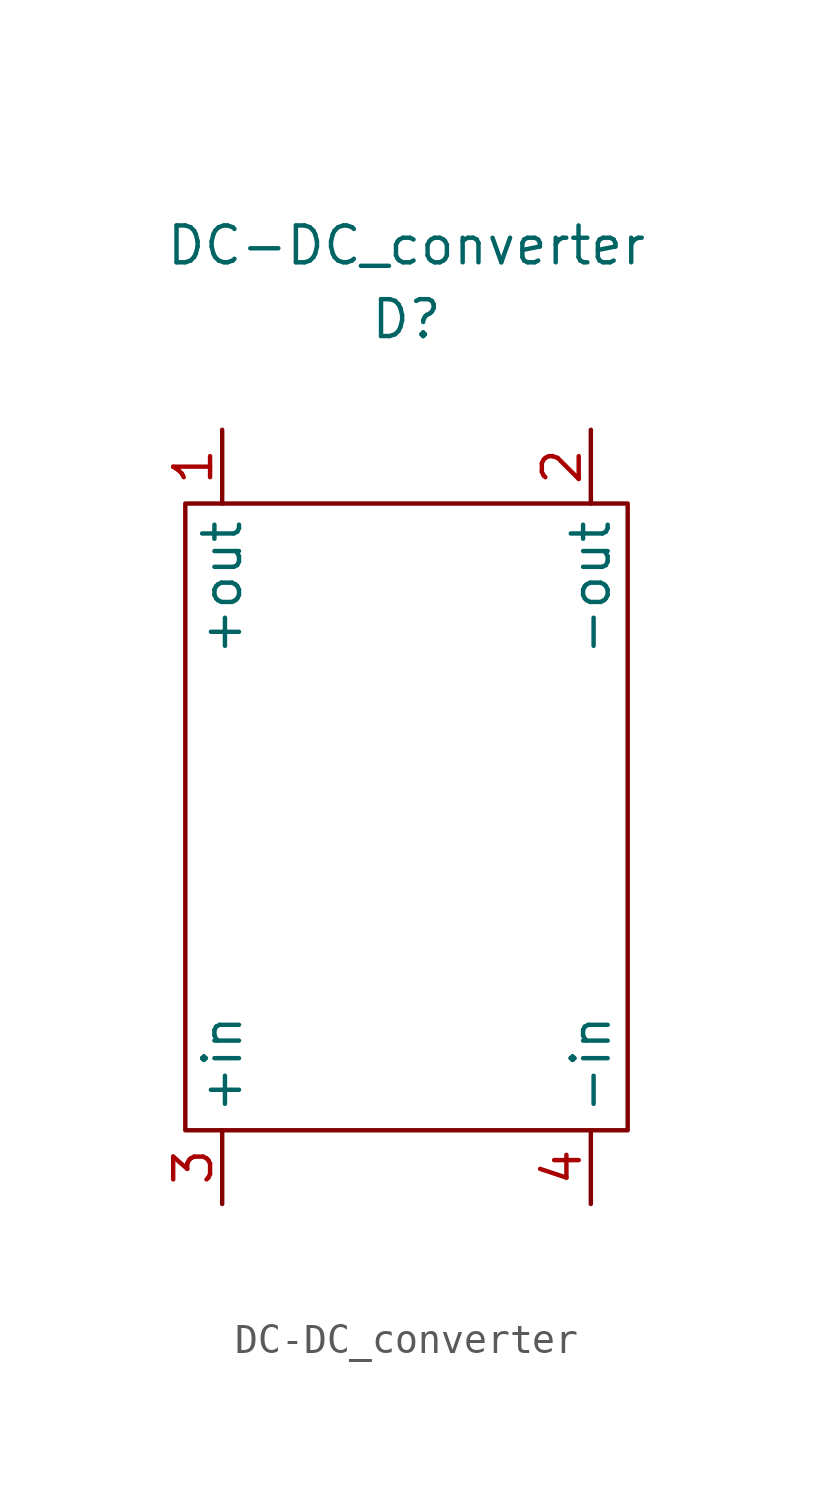
<source format=kicad_sym>
(kicad_symbol_lib
  (version 20211014)
  (generator kicad_symbol_editor)
  (symbol "DC-DC_converter"
    (property "Reference" "D"
      (at 7.62 6.35 0)
      (effects (font (size 1.27 1.27))))
    (property "Value" "DC-DC_converter"
      (at 7.62 8.89 0)
      (effects (font (size 1.27 1.27))))
    (symbol "DC-DC_converter_0_1"
      (rectangle (start 0 0) (end 15.24 -21.59) (stroke (width 0) (type default) (color 0 0 0 0)) (fill (type none))))
    (symbol "DC-DC_converter_1_1"
      (pin input line (at 1.27 2.54 270) (length 2.54) (name "+out" (effects (font (size 1.27 1.27)))) (number "1" (effects (font (size 1.27 1.27)))))
      (pin input line (at 13.97 2.54 270) (length 2.54) (name "-out" (effects (font (size 1.27 1.27)))) (number "2" (effects (font (size 1.27 1.27)))))
      (pin input line (at 1.27 -24.13 90) (length 2.54) (name "+in" (effects (font (size 1.27 1.27)))) (number "3" (effects (font (size 1.27 1.27)))))
      (pin input line (at 13.97 -24.13 90) (length 2.54) (name "-in" (effects (font (size 1.27 1.27)))) (number "4" (effects (font (size 1.27 1.27))))))))
</source>
